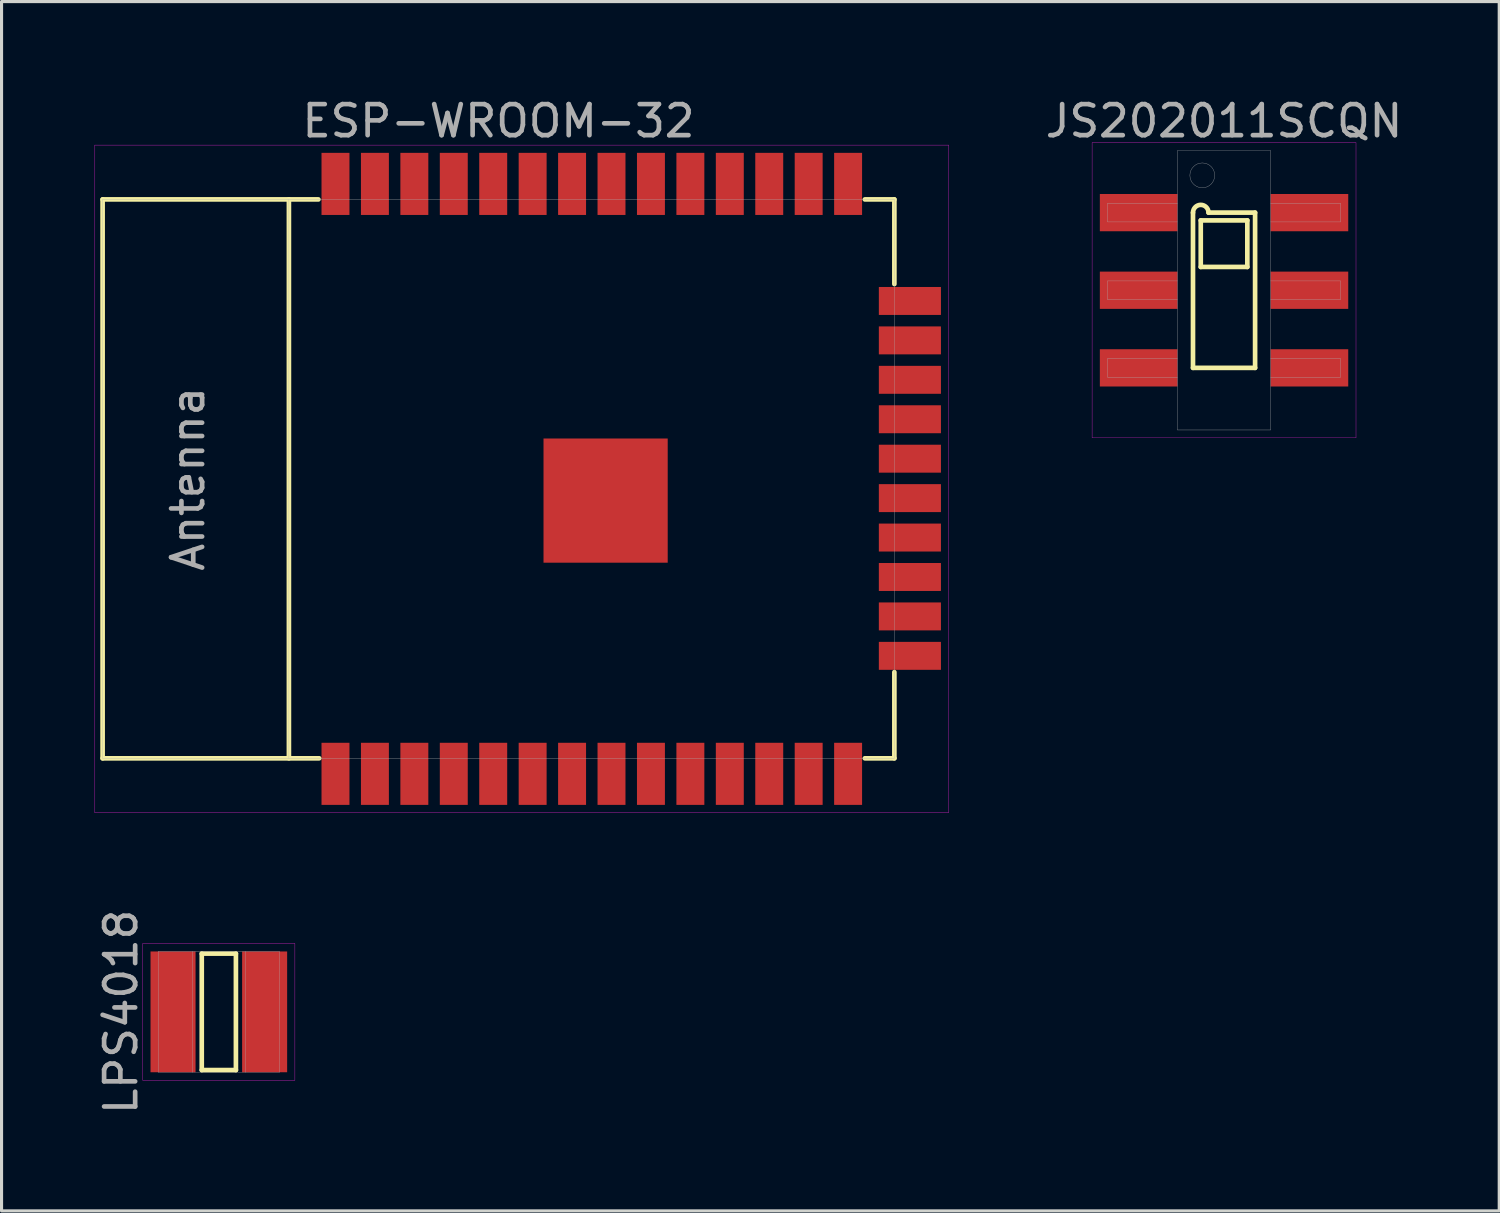
<source format=kicad_pcb>
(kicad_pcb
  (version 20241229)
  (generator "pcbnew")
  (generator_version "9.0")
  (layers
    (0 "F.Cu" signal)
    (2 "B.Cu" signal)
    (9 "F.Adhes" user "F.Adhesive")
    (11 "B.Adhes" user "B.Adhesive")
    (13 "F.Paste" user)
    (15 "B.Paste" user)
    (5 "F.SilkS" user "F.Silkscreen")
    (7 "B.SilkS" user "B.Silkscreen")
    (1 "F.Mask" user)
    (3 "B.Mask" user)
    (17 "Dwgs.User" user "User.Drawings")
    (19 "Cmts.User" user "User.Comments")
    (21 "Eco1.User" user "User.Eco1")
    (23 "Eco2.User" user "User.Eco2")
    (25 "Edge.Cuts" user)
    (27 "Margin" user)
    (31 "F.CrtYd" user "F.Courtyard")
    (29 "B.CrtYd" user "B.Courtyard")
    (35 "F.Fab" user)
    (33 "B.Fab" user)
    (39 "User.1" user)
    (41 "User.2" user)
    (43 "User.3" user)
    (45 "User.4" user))
  (footprint "LPS4018"
    (layer "F.Cu")
    (at 3.998 29.539)
    (property "Reference" "LPS4018" (at -3.15 0 90) (layer "F.Fab") (effects (font (size 1 1) (thickness 0.15))))
    (attr through_hole)
    (fp_line (start -0.55 -1.875) (end 0.55 -1.875) (stroke (width 0.15) (type solid)) (layer "F.SilkS"))
    (fp_line (start -0.55 1.875) (end -0.55 -1.875) (stroke (width 0.15) (type solid)) (layer "F.SilkS"))
    (fp_line (start 0.55 -1.875) (end 0.55 1.875) (stroke (width 0.15) (type solid)) (layer "F.SilkS"))
    (fp_line (start 0.55 1.875) (end -0.55 1.875) (stroke (width 0.15) (type solid)) (layer "F.SilkS"))
    (fp_line (start -2.45 -2.2) (end 2.45 -2.2) (stroke (width 0.01) (type solid)) (layer "F.CrtYd"))
    (fp_line (start -2.45 2.2) (end -2.45 -2.2) (stroke (width 0.01) (type solid)) (layer "F.CrtYd"))
    (fp_line (start 2.45 -2.2) (end 2.45 2.2) (stroke (width 0.01) (type solid)) (layer "F.CrtYd"))
    (fp_line (start 2.45 2.2) (end -2.45 2.2) (stroke (width 0.01) (type solid)) (layer "F.CrtYd"))
    (fp_line (start -1.95 -1.95) (end 1.95 -1.95) (stroke (width 0.01) (type solid)) (layer "F.Fab"))
    (fp_line (start -1.95 1.95) (end -1.95 -1.95) (stroke (width 0.01) (type solid)) (layer "F.Fab"))
    (fp_line (start -0.85 -1.95) (end -0.85 1.95) (stroke (width 0.01) (type solid)) (layer "F.Fab"))
    (fp_line (start 0.85 -1.95) (end 0.85 1.95) (stroke (width 0.01) (type solid)) (layer "F.Fab"))
    (fp_line (start 1.95 -1.95) (end 1.95 1.95) (stroke (width 0.01) (type solid)) (layer "F.Fab"))
    (fp_line (start 1.95 1.95) (end -1.95 1.95) (stroke (width 0.01) (type solid)) (layer "F.Fab"))
    (pad "1" smd rect (at -1.475 0) (size 1.45 3.89) (layers "F.Cu" "F.Mask" "F.Paste"))
    (pad "2" smd rect (at 1.475 0) (size 1.45 3.89) (layers "F.Cu" "F.Mask" "F.Paste")))
  (footprint "JS202011SCQN"
    (layer "F.Cu")
    (at 36.373 6.298)
    (property "Reference" "JS202011SCQN" (at 0 -5.45 0) (layer "F.Fab") (effects (font (size 1 1) (thickness 0.15))))
    (attr through_hole)
    (fp_line (start -1 2.5) (end -1 -2.5) (stroke (width 0.15) (type solid)) (layer "F.SilkS"))
    (fp_line (start -0.75 -2.25) (end -0.75 -0.75) (stroke (width 0.15) (type solid)) (layer "F.SilkS"))
    (fp_line (start -0.75 -0.75) (end 0.75 -0.75) (stroke (width 0.15) (type solid)) (layer "F.SilkS"))
    (fp_line (start -0.5 -2.5) (end 1 -2.5) (stroke (width 0.15) (type solid)) (layer "F.SilkS"))
    (fp_line (start 0.75 -2.25) (end -0.75 -2.25) (stroke (width 0.15) (type solid)) (layer "F.SilkS"))
    (fp_line (start 0.75 -0.75) (end 0.75 -2.25) (stroke (width 0.15) (type solid)) (layer "F.SilkS"))
    (fp_line (start 1 -2.5) (end 1 2.5) (stroke (width 0.15) (type solid)) (layer "F.SilkS"))
    (fp_line (start 1 2.5) (end -1 2.5) (stroke (width 0.15) (type solid)) (layer "F.SilkS"))
    (fp_arc (start -1 -2.5) (mid -0.75 -2.75) (end -0.5 -2.5) (stroke (width 0.15) (type solid)) (layer "F.SilkS"))
    (fp_line (start -4.25 -4.75) (end 4.25 -4.75) (stroke (width 0.01) (type solid)) (layer "F.CrtYd"))
    (fp_line (start -4.25 4.75) (end -4.25 -4.75) (stroke (width 0.01) (type solid)) (layer "F.CrtYd"))
    (fp_line (start 4.25 -4.75) (end 4.25 4.75) (stroke (width 0.01) (type solid)) (layer "F.CrtYd"))
    (fp_line (start 4.25 4.75) (end -4.25 4.75) (stroke (width 0.01) (type solid)) (layer "F.CrtYd"))
    (fp_line (start -3.75 -2.8) (end -1.5 -2.8) (stroke (width 0.01) (type solid)) (layer "F.Fab"))
    (fp_line (start -3.75 -2.2) (end -3.75 -2.8) (stroke (width 0.01) (type solid)) (layer "F.Fab"))
    (fp_line (start -3.75 -0.3) (end -1.5 -0.3) (stroke (width 0.01) (type solid)) (layer "F.Fab"))
    (fp_line (start -3.75 0.3) (end -3.75 -0.3) (stroke (width 0.01) (type solid)) (layer "F.Fab"))
    (fp_line (start -3.75 2.2) (end -1.5 2.2) (stroke (width 0.01) (type solid)) (layer "F.Fab"))
    (fp_line (start -3.75 2.8) (end -3.75 2.2) (stroke (width 0.01) (type solid)) (layer "F.Fab"))
    (fp_line (start -1.5 -4.5) (end 1.5 -4.5) (stroke (width 0.01) (type solid)) (layer "F.Fab"))
    (fp_line (start -1.5 -2.2) (end -3.75 -2.2) (stroke (width 0.01) (type solid)) (layer "F.Fab"))
    (fp_line (start -1.5 0.3) (end -3.75 0.3) (stroke (width 0.01) (type solid)) (layer "F.Fab"))
    (fp_line (start -1.5 2.8) (end -3.75 2.8) (stroke (width 0.01) (type solid)) (layer "F.Fab"))
    (fp_line (start -1.5 4.5) (end -1.5 -4.5) (stroke (width 0.01) (type solid)) (layer "F.Fab"))
    (fp_line (start 1.5 -4.5) (end 1.5 4.5) (stroke (width 0.01) (type solid)) (layer "F.Fab"))
    (fp_line (start 1.5 -2.8) (end 3.75 -2.8) (stroke (width 0.01) (type solid)) (layer "F.Fab"))
    (fp_line (start 1.5 -0.3) (end 3.75 -0.3) (stroke (width 0.01) (type solid)) (layer "F.Fab"))
    (fp_line (start 1.5 2.2) (end 3.75 2.2) (stroke (width 0.01) (type solid)) (layer "F.Fab"))
    (fp_line (start 1.5 4.5) (end -1.5 4.5) (stroke (width 0.01) (type solid)) (layer "F.Fab"))
    (fp_line (start 3.75 -2.8) (end 3.75 -2.2) (stroke (width 0.01) (type solid)) (layer "F.Fab"))
    (fp_line (start 3.75 -2.2) (end 1.5 -2.2) (stroke (width 0.01) (type solid)) (layer "F.Fab"))
    (fp_line (start 3.75 -0.3) (end 3.75 0.3) (stroke (width 0.01) (type solid)) (layer "F.Fab"))
    (fp_line (start 3.75 0.3) (end 1.5 0.3) (stroke (width 0.01) (type solid)) (layer "F.Fab"))
    (fp_line (start 3.75 2.2) (end 3.75 2.8) (stroke (width 0.01) (type solid)) (layer "F.Fab"))
    (fp_line (start 3.75 2.8) (end 1.5 2.8) (stroke (width 0.01) (type solid)) (layer "F.Fab"))
    (fp_circle (center -0.7 -3.7) (end -0.7 -3.3) (stroke (width 0.01) (type solid)) (fill no) (layer "F.Fab"))
    (pad "1" smd rect (at -2.75 -2.5) (size 2.5 1.2) (layers "F.Cu" "F.Mask" "F.Paste"))
    (pad "2" smd rect (at -2.75 0) (size 2.5 1.2) (layers "F.Cu" "F.Mask" "F.Paste"))
    (pad "3" smd rect (at -2.75 2.5) (size 2.5 1.2) (layers "F.Cu" "F.Mask" "F.Paste"))
    (pad "4" smd rect (at 2.75 -2.5) (size 2.5 1.2) (layers "F.Cu" "F.Mask" "F.Paste"))
    (pad "5" smd rect (at 2.75 0) (size 2.5 1.2) (layers "F.Cu" "F.Mask" "F.Paste"))
    (pad "6" smd rect (at 2.75 2.5) (size 2.5 1.2) (layers "F.Cu" "F.Mask" "F.Paste")))
  (footprint "ESP-WROOM-32"
    (layer "F.Cu")
    (at 13.005 12.373)
    (property "Reference" "ESP-WROOM-32" (at 0 -11.525 0) (layer "F.Fab") (effects (font (size 1 1) (thickness 0.15))))
    (attr smd)
    (fp_line (start -12.75 -9) (end -12.75 9) (stroke (width 0.15) (type solid)) (layer "F.SilkS"))
    (fp_line (start -12.75 9) (end -5.775 9) (stroke (width 0.15) (type solid)) (layer "F.SilkS"))
    (fp_line (start -6.75 9) (end -6.75 -9) (stroke (width 0.15) (type solid)) (layer "F.SilkS"))
    (fp_line (start -5.8 -9) (end -12.75 -9) (stroke (width 0.15) (type solid)) (layer "F.SilkS"))
    (fp_line (start 11.8 -9) (end 12.75 -9) (stroke (width 0.15) (type solid)) (layer "F.SilkS"))
    (fp_line (start 11.8 9) (end 12.75 9) (stroke (width 0.15) (type solid)) (layer "F.SilkS"))
    (fp_line (start 12.75 -9) (end 12.75 -6.275) (stroke (width 0.15) (type solid)) (layer "F.SilkS"))
    (fp_line (start 12.75 9) (end 12.75 6.225) (stroke (width 0.15) (type solid)) (layer "F.SilkS"))
    (fp_line (start -13 -10.75) (end 14.5 -10.75) (stroke (width 0.01) (type solid)) (layer "F.CrtYd"))
    (fp_line (start -13 10.75) (end -13 -10.75) (stroke (width 0.01) (type solid)) (layer "F.CrtYd"))
    (fp_line (start 14.5 -10.75) (end 14.5 10.75) (stroke (width 0.01) (type solid)) (layer "F.CrtYd"))
    (fp_line (start 14.5 10.75) (end -13 10.75) (stroke (width 0.01) (type solid)) (layer "F.CrtYd"))
    (fp_line (start -12.75 -9) (end -12.75 9) (stroke (width 0.01) (type solid)) (layer "F.Fab"))
    (fp_line (start -12.75 9) (end 12.75 9) (stroke (width 0.01) (type solid)) (layer "F.Fab"))
    (fp_line (start -6.75 9) (end -6.75 -9) (stroke (width 0.01) (type solid)) (layer "F.Fab"))
    (fp_line (start 12.75 -9) (end -12.75 -9) (stroke (width 0.01) (type solid)) (layer "F.Fab"))
    (fp_line (start 12.75 9) (end 12.75 -9) (stroke (width 0.01) (type solid)) (layer "F.Fab"))
    (fp_text user "Antenna" (at -10 0 90) (layer "F.Fab") (effects (font (size 1 1) (thickness 0.15))))
    (pad "1" smd rect (at -5.25 9) (size 0.9 2) (drill (offset 0 0.5)) (layers "F.Cu" "F.Mask" "F.Paste"))
    (pad "2" smd rect (at -3.98 9) (size 0.9 2) (drill (offset 0 0.5)) (layers "F.Cu" "F.Mask" "F.Paste"))
    (pad "3" smd rect (at -2.71 9) (size 0.9 2) (drill (offset 0 0.5)) (layers "F.Cu" "F.Mask" "F.Paste"))
    (pad "4" smd rect (at -1.44 9) (size 0.9 2) (drill (offset 0 0.5)) (layers "F.Cu" "F.Mask" "F.Paste"))
    (pad "5" smd rect (at -0.17 9) (size 0.9 2) (drill (offset 0 0.5)) (layers "F.Cu" "F.Mask" "F.Paste"))
    (pad "6" smd rect (at 1.1 9) (size 0.9 2) (drill (offset 0 0.5)) (layers "F.Cu" "F.Mask" "F.Paste"))
    (pad "7" smd rect (at 2.37 9) (size 0.9 2) (drill (offset 0 0.5)) (layers "F.Cu" "F.Mask" "F.Paste"))
    (pad "8" smd rect (at 3.64 9) (size 0.9 2) (drill (offset 0 0.5)) (layers "F.Cu" "F.Mask" "F.Paste"))
    (pad "9" smd rect (at 4.91 9) (size 0.9 2) (drill (offset 0 0.5)) (layers "F.Cu" "F.Mask" "F.Paste"))
    (pad "10" smd rect (at 6.18 9) (size 0.9 2) (drill (offset 0 0.5)) (layers "F.Cu" "F.Mask" "F.Paste"))
    (pad "11" smd rect (at 7.45 9) (size 0.9 2) (drill (offset 0 0.5)) (layers "F.Cu" "F.Mask" "F.Paste"))
    (pad "12" smd rect (at 8.72 9) (size 0.9 2) (drill (offset 0 0.5)) (layers "F.Cu" "F.Mask" "F.Paste"))
    (pad "13" smd rect (at 9.99 9) (size 0.9 2) (drill (offset 0 0.5)) (layers "F.Cu" "F.Mask" "F.Paste"))
    (pad "14" smd rect (at 11.26 9) (size 0.9 2) (drill (offset 0 0.5)) (layers "F.Cu" "F.Mask" "F.Paste"))
    (pad "15" smd rect (at 12.75 5.7 90) (size 0.9 2) (drill (offset 0 0.5)) (layers "F.Cu" "F.Mask" "F.Paste"))
    (pad "16" smd rect (at 12.75 4.43 90) (size 0.9 2) (drill (offset 0 0.5)) (layers "F.Cu" "F.Mask" "F.Paste"))
    (pad "17" smd rect (at 12.75 3.16 90) (size 0.9 2) (drill (offset 0 0.5)) (layers "F.Cu" "F.Mask" "F.Paste"))
    (pad "18" smd rect (at 12.75 1.89 90) (size 0.9 2) (drill (offset 0 0.5)) (layers "F.Cu" "F.Mask" "F.Paste"))
    (pad "19" smd rect (at 12.75 0.62 90) (size 0.9 2) (drill (offset 0 0.5)) (layers "F.Cu" "F.Mask" "F.Paste"))
    (pad "20" smd rect (at 12.75 -0.65 90) (size 0.9 2) (drill (offset 0 0.5)) (layers "F.Cu" "F.Mask" "F.Paste"))
    (pad "21" smd rect (at 12.75 -1.92 90) (size 0.9 2) (drill (offset 0 0.5)) (layers "F.Cu" "F.Mask" "F.Paste"))
    (pad "22" smd rect (at 12.75 -3.19 90) (size 0.9 2) (drill (offset 0 0.5)) (layers "F.Cu" "F.Mask" "F.Paste"))
    (pad "23" smd rect (at 12.75 -4.46 90) (size 0.9 2) (drill (offset 0 0.5)) (layers "F.Cu" "F.Mask" "F.Paste"))
    (pad "24" smd rect (at 12.75 -5.73 90) (size 0.9 2) (drill (offset 0 0.5)) (layers "F.Cu" "F.Mask" "F.Paste"))
    (pad "25" smd rect (at 11.26 -9 180) (size 0.9 2) (drill (offset 0 0.5)) (layers "F.Cu" "F.Mask" "F.Paste"))
    (pad "26" smd rect (at 9.99 -9 180) (size 0.9 2) (drill (offset 0 0.5)) (layers "F.Cu" "F.Mask" "F.Paste"))
    (pad "27" smd rect (at 8.72 -9 180) (size 0.9 2) (drill (offset 0 0.5)) (layers "F.Cu" "F.Mask" "F.Paste"))
    (pad "28" smd rect (at 7.45 -9 180) (size 0.9 2) (drill (offset 0 0.5)) (layers "F.Cu" "F.Mask" "F.Paste"))
    (pad "29" smd rect (at 6.18 -9 180) (size 0.9 2) (drill (offset 0 0.5)) (layers "F.Cu" "F.Mask" "F.Paste"))
    (pad "30" smd rect (at 4.91 -9 180) (size 0.9 2) (drill (offset 0 0.5)) (layers "F.Cu" "F.Mask" "F.Paste"))
    (pad "31" smd rect (at 3.64 -9 180) (size 0.9 2) (drill (offset 0 0.5)) (layers "F.Cu" "F.Mask" "F.Paste"))
    (pad "32" smd rect (at 2.37 -9 180) (size 0.9 2) (drill (offset 0 0.5)) (layers "F.Cu" "F.Mask" "F.Paste"))
    (pad "33" smd rect (at 1.1 -9 180) (size 0.9 2) (drill (offset 0 0.5)) (layers "F.Cu" "F.Mask" "F.Paste"))
    (pad "34" smd rect (at -0.17 -9 180) (size 0.9 2) (drill (offset 0 0.5)) (layers "F.Cu" "F.Mask" "F.Paste"))
    (pad "35" smd rect (at -1.44 -9 180) (size 0.9 2) (drill (offset 0 0.5)) (layers "F.Cu" "F.Mask" "F.Paste"))
    (pad "36" smd rect (at -2.71 -9 180) (size 0.9 2) (drill (offset 0 0.5)) (layers "F.Cu" "F.Mask" "F.Paste"))
    (pad "37" smd rect (at -3.98 -9 180) (size 0.9 2) (drill (offset 0 0.5)) (layers "F.Cu" "F.Mask" "F.Paste"))
    (pad "38" smd rect (at -5.25 -9 180) (size 0.9 2) (drill (offset 0 0.5)) (layers "F.Cu" "F.Mask" "F.Paste"))
    (pad "39" smd rect (at 3.45 1.2 180) (size 4 4) (drill (offset 0 0.5)) (layers "F.Cu" "F.Mask" "F.Paste")))
  (gr_rect
    (start -3 -3)
    (end 45.236 35.95)
    (stroke (width 0.1) (type default))
    (fill no)
    (layer "Edge.Cuts")))
</source>
